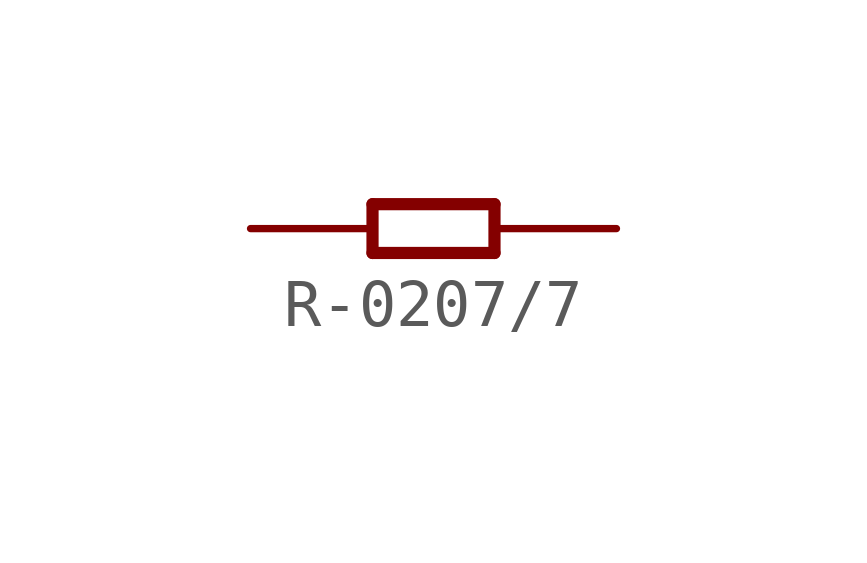
<source format=kicad_sym>
(kicad_symbol_lib
  (version 20220914)
  (generator kicad_symbol_editor)
  (symbol "R-0207/7"
    (property "Reference" "R"
      (at -3.81 0 0)
      (effects (font (size 1.27 1.079)) (justify left bottom) hide))
    (property "ki_locked" ""
      (at 0 0 0)
      (effects (font (size 1.27 1.27))))
    (symbol "R-0207/7_1_0"
      (polyline (pts (xy -1.27 -0.508) (xy -1.27 0.508)) (stroke (width 0.254) (type solid)) (fill (type none)))
      (polyline (pts (xy -1.27 0.508) (xy 1.27 0.508)) (stroke (width 0.254) (type solid)) (fill (type none)))
      (polyline (pts (xy 1.27 -0.508) (xy -1.27 -0.508)) (stroke (width 0.254) (type solid)) (fill (type none)))
      (polyline (pts (xy 1.27 0.508) (xy 1.27 -0.508)) (stroke (width 0.254) (type solid)) (fill (type none)))
      (pin passive line (at -3.81 0 0) (length 2.54) (name "1" (effects (font (size 0 0)))) (number "1" (effects (font (size 0 0)))))
      (pin passive line (at 3.81 0 180) (length 2.54) (name "2" (effects (font (size 0 0)))) (number "2" (effects (font (size 0 0))))))))
</source>
